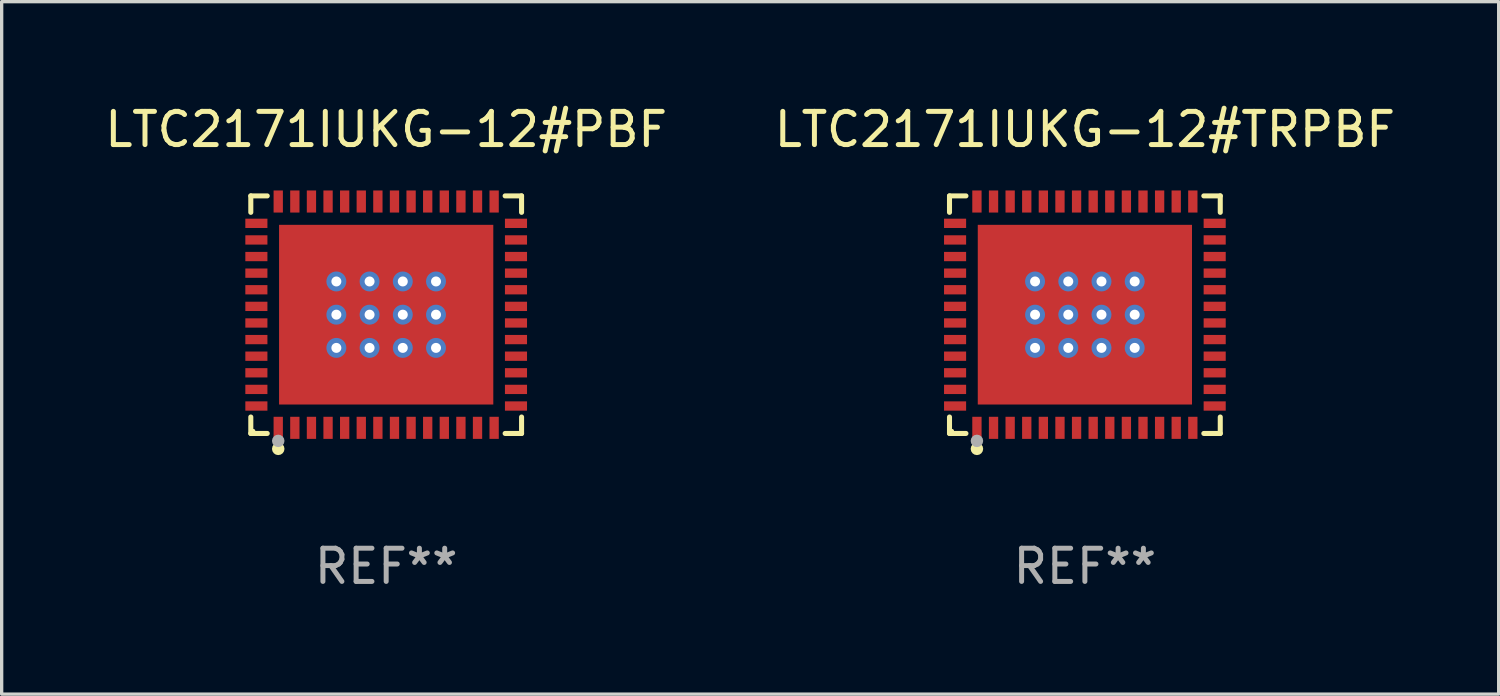
<source format=kicad_pcb>
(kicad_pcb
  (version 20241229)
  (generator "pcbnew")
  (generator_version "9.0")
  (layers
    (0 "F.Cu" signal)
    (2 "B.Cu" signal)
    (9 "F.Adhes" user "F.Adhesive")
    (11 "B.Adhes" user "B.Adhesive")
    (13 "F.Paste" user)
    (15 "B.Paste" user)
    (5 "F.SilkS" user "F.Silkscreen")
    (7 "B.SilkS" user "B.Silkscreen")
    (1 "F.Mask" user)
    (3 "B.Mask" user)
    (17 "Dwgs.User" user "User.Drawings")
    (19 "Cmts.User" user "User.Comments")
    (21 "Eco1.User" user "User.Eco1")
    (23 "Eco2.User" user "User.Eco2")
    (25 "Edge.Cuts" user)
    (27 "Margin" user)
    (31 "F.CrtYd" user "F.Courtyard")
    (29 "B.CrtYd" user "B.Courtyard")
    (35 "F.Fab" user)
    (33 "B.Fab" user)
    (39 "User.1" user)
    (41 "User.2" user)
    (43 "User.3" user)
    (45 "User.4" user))
  (footprint "LTC2171IUKG-12#TRPBF"
    (layer "F.Cu")
    (at 29.613 6.424)
    (property "Reference" "LTC2171IUKG-12#TRPBF" (at 0 -5.576 0) (layer "F.SilkS") (effects (font (size 1 1) (thickness 0.15))))
    (attr through_hole)
    (fp_line (start -4.076 -3.576) (end -3.581 -3.576) (stroke (width 0.152) (type solid)) (layer "F.SilkS"))
    (fp_line (start -4.076 -3.081) (end -4.076 -3.576) (stroke (width 0.152) (type solid)) (layer "F.SilkS"))
    (fp_line (start -4.076 3.081) (end -4.076 3.576) (stroke (width 0.152) (type solid)) (layer "F.SilkS"))
    (fp_line (start -4.076 3.576) (end -3.581 3.576) (stroke (width 0.152) (type solid)) (layer "F.SilkS"))
    (fp_line (start 4.076 -3.576) (end 3.581 -3.576) (stroke (width 0.152) (type solid)) (layer "F.SilkS"))
    (fp_line (start 4.076 -3.081) (end 4.076 -3.576) (stroke (width 0.152) (type solid)) (layer "F.SilkS"))
    (fp_line (start 4.076 3.081) (end 4.076 3.576) (stroke (width 0.152) (type solid)) (layer "F.SilkS"))
    (fp_line (start 4.076 3.576) (end 3.581 3.576) (stroke (width 0.152) (type solid)) (layer "F.SilkS"))
    (fp_circle (center -4 3.5) (end -3.97 3.5) (stroke (width 0.06) (type solid)) (fill no) (layer "F.SilkS"))
    (fp_circle (center -3.25 4.04) (end -3.156 4.04) (stroke (width 0.188) (type solid)) (fill no) (layer "F.SilkS"))
    (fp_circle (center -3.25 3.8) (end -3.156 3.8) (stroke (width 0.188) (type solid)) (fill no) (layer "F.Fab"))
    (fp_text user "REF**" (at 0 7.576 0) (layer "F.Fab") (effects (font (size 1 1) (thickness 0.15))))
    (pad "1" smd rect (at -3.25 3.407) (size 0.28 0.665) (layers "F.Cu" "F.Mask" "F.Paste"))
    (pad "2" smd rect (at -2.75 3.407) (size 0.28 0.665) (layers "F.Cu" "F.Mask" "F.Paste"))
    (pad "3" smd rect (at -2.25 3.407) (size 0.28 0.665) (layers "F.Cu" "F.Mask" "F.Paste"))
    (pad "4" smd rect (at -1.75 3.407) (size 0.28 0.665) (layers "F.Cu" "F.Mask" "F.Paste"))
    (pad "5" smd rect (at -1.25 3.407) (size 0.28 0.665) (layers "F.Cu" "F.Mask" "F.Paste"))
    (pad "6" smd rect (at -0.75 3.407) (size 0.28 0.665) (layers "F.Cu" "F.Mask" "F.Paste"))
    (pad "7" smd rect (at -0.25 3.407) (size 0.28 0.665) (layers "F.Cu" "F.Mask" "F.Paste"))
    (pad "8" smd rect (at 0.25 3.407) (size 0.28 0.665) (layers "F.Cu" "F.Mask" "F.Paste"))
    (pad "9" smd rect (at 0.75 3.407) (size 0.28 0.665) (layers "F.Cu" "F.Mask" "F.Paste"))
    (pad "10" smd rect (at 1.25 3.407) (size 0.28 0.665) (layers "F.Cu" "F.Mask" "F.Paste"))
    (pad "11" smd rect (at 1.75 3.407) (size 0.28 0.665) (layers "F.Cu" "F.Mask" "F.Paste"))
    (pad "12" smd rect (at 2.25 3.407) (size 0.28 0.665) (layers "F.Cu" "F.Mask" "F.Paste"))
    (pad "13" smd rect (at 2.75 3.407) (size 0.28 0.665) (layers "F.Cu" "F.Mask" "F.Paste"))
    (pad "14" smd rect (at 3.25 3.407) (size 0.28 0.665) (layers "F.Cu" "F.Mask" "F.Paste"))
    (pad "15" smd rect (at 3.908 2.75) (size 0.665 0.28) (layers "F.Cu" "F.Mask" "F.Paste"))
    (pad "16" smd rect (at 3.908 2.25) (size 0.665 0.28) (layers "F.Cu" "F.Mask" "F.Paste"))
    (pad "17" smd rect (at 3.908 1.75) (size 0.665 0.28) (layers "F.Cu" "F.Mask" "F.Paste"))
    (pad "18" smd rect (at 3.908 1.25) (size 0.665 0.28) (layers "F.Cu" "F.Mask" "F.Paste"))
    (pad "19" smd rect (at 3.908 0.75) (size 0.665 0.28) (layers "F.Cu" "F.Mask" "F.Paste"))
    (pad "20" smd rect (at 3.908 0.25) (size 0.665 0.28) (layers "F.Cu" "F.Mask" "F.Paste"))
    (pad "21" smd rect (at 3.908 -0.25) (size 0.665 0.28) (layers "F.Cu" "F.Mask" "F.Paste"))
    (pad "22" smd rect (at 3.908 -0.75) (size 0.665 0.28) (layers "F.Cu" "F.Mask" "F.Paste"))
    (pad "23" smd rect (at 3.908 -1.25) (size 0.665 0.28) (layers "F.Cu" "F.Mask" "F.Paste"))
    (pad "24" smd rect (at 3.908 -1.75) (size 0.665 0.28) (layers "F.Cu" "F.Mask" "F.Paste"))
    (pad "25" smd rect (at 3.908 -2.25) (size 0.665 0.28) (layers "F.Cu" "F.Mask" "F.Paste"))
    (pad "26" smd rect (at 3.908 -2.75) (size 0.665 0.28) (layers "F.Cu" "F.Mask" "F.Paste"))
    (pad "27" smd rect (at 3.25 -3.407) (size 0.28 0.665) (layers "F.Cu" "F.Mask" "F.Paste"))
    (pad "28" smd rect (at 2.75 -3.407) (size 0.28 0.665) (layers "F.Cu" "F.Mask" "F.Paste"))
    (pad "29" smd rect (at 2.25 -3.407) (size 0.28 0.665) (layers "F.Cu" "F.Mask" "F.Paste"))
    (pad "30" smd rect (at 1.75 -3.407) (size 0.28 0.665) (layers "F.Cu" "F.Mask" "F.Paste"))
    (pad "31" smd rect (at 1.25 -3.407) (size 0.28 0.665) (layers "F.Cu" "F.Mask" "F.Paste"))
    (pad "32" smd rect (at 0.75 -3.407) (size 0.28 0.665) (layers "F.Cu" "F.Mask" "F.Paste"))
    (pad "33" smd rect (at 0.25 -3.407) (size 0.28 0.665) (layers "F.Cu" "F.Mask" "F.Paste"))
    (pad "34" smd rect (at -0.25 -3.407) (size 0.28 0.665) (layers "F.Cu" "F.Mask" "F.Paste"))
    (pad "35" smd rect (at -0.75 -3.407) (size 0.28 0.665) (layers "F.Cu" "F.Mask" "F.Paste"))
    (pad "36" smd rect (at -1.25 -3.407) (size 0.28 0.665) (layers "F.Cu" "F.Mask" "F.Paste"))
    (pad "37" smd rect (at -1.75 -3.407) (size 0.28 0.665) (layers "F.Cu" "F.Mask" "F.Paste"))
    (pad "38" smd rect (at -2.25 -3.407) (size 0.28 0.665) (layers "F.Cu" "F.Mask" "F.Paste"))
    (pad "39" smd rect (at -2.75 -3.407) (size 0.28 0.665) (layers "F.Cu" "F.Mask" "F.Paste"))
    (pad "40" smd rect (at -3.25 -3.407) (size 0.28 0.665) (layers "F.Cu" "F.Mask" "F.Paste"))
    (pad "41" smd rect (at -3.908 -2.75) (size 0.665 0.28) (layers "F.Cu" "F.Mask" "F.Paste"))
    (pad "42" smd rect (at -3.908 -2.25) (size 0.665 0.28) (layers "F.Cu" "F.Mask" "F.Paste"))
    (pad "43" smd rect (at -3.908 -1.75) (size 0.665 0.28) (layers "F.Cu" "F.Mask" "F.Paste"))
    (pad "44" smd rect (at -3.908 -1.25) (size 0.665 0.28) (layers "F.Cu" "F.Mask" "F.Paste"))
    (pad "45" smd rect (at -3.908 -0.75) (size 0.665 0.28) (layers "F.Cu" "F.Mask" "F.Paste"))
    (pad "46" smd rect (at -3.908 -0.25) (size 0.665 0.28) (layers "F.Cu" "F.Mask" "F.Paste"))
    (pad "47" smd rect (at -3.908 0.25) (size 0.665 0.28) (layers "F.Cu" "F.Mask" "F.Paste"))
    (pad "48" smd rect (at -3.908 0.75) (size 0.665 0.28) (layers "F.Cu" "F.Mask" "F.Paste"))
    (pad "49" smd rect (at -3.908 1.25) (size 0.665 0.28) (layers "F.Cu" "F.Mask" "F.Paste"))
    (pad "50" smd rect (at -3.908 1.75) (size 0.665 0.28) (layers "F.Cu" "F.Mask" "F.Paste"))
    (pad "51" smd rect (at -3.908 2.25) (size 0.665 0.28) (layers "F.Cu" "F.Mask" "F.Paste"))
    (pad "52" smd rect (at -3.908 2.75) (size 0.665 0.28) (layers "F.Cu" "F.Mask" "F.Paste"))
    (pad "53" thru_hole circle (at -1.5 -1) (size 0.6 0.6) (drill 0.3) (layers "*.Cu" "*.Mask"))
    (pad "53" thru_hole circle (at -1.5 0) (size 0.6 0.6) (drill 0.3) (layers "*.Cu" "*.Mask"))
    (pad "53" thru_hole circle (at -1.5 1) (size 0.6 0.6) (drill 0.3) (layers "*.Cu" "*.Mask"))
    (pad "53" thru_hole circle (at -0.5 -1) (size 0.6 0.6) (drill 0.3) (layers "*.Cu" "*.Mask"))
    (pad "53" thru_hole circle (at -0.5 0) (size 0.6 0.6) (drill 0.3) (layers "*.Cu" "*.Mask"))
    (pad "53" thru_hole circle (at -0.5 1) (size 0.6 0.6) (drill 0.3) (layers "*.Cu" "*.Mask"))
    (pad "53" smd rect (at 0 0) (size 6.45 5.41) (layers "F.Cu" "F.Mask" "F.Paste"))
    (pad "53" thru_hole circle (at 0.5 -1) (size 0.6 0.6) (drill 0.3) (layers "*.Cu" "*.Mask"))
    (pad "53" thru_hole circle (at 0.5 0) (size 0.6 0.6) (drill 0.3) (layers "*.Cu" "*.Mask"))
    (pad "53" thru_hole circle (at 0.5 1) (size 0.6 0.6) (drill 0.3) (layers "*.Cu" "*.Mask"))
    (pad "53" thru_hole circle (at 1.5 -1) (size 0.6 0.6) (drill 0.3) (layers "*.Cu" "*.Mask"))
    (pad "53" thru_hole circle (at 1.5 0) (size 0.6 0.6) (drill 0.3) (layers "*.Cu" "*.Mask"))
    (pad "53" thru_hole circle (at 1.5 1) (size 0.6 0.6) (drill 0.3) (layers "*.Cu" "*.Mask")))
  (footprint "LTC2171IUKG-12#PBF"
    (layer "F.Cu")
    (at 8.577 6.424)
    (property "Reference" "LTC2171IUKG-12#PBF" (at 0 -5.576 0) (layer "F.SilkS") (effects (font (size 1 1) (thickness 0.15))))
    (attr through_hole)
    (fp_line (start -4.076 -3.576) (end -3.581 -3.576) (stroke (width 0.152) (type solid)) (layer "F.SilkS"))
    (fp_line (start -4.076 -3.081) (end -4.076 -3.576) (stroke (width 0.152) (type solid)) (layer "F.SilkS"))
    (fp_line (start -4.076 3.081) (end -4.076 3.576) (stroke (width 0.152) (type solid)) (layer "F.SilkS"))
    (fp_line (start -4.076 3.576) (end -3.581 3.576) (stroke (width 0.152) (type solid)) (layer "F.SilkS"))
    (fp_line (start 4.076 -3.576) (end 3.581 -3.576) (stroke (width 0.152) (type solid)) (layer "F.SilkS"))
    (fp_line (start 4.076 -3.081) (end 4.076 -3.576) (stroke (width 0.152) (type solid)) (layer "F.SilkS"))
    (fp_line (start 4.076 3.081) (end 4.076 3.576) (stroke (width 0.152) (type solid)) (layer "F.SilkS"))
    (fp_line (start 4.076 3.576) (end 3.581 3.576) (stroke (width 0.152) (type solid)) (layer "F.SilkS"))
    (fp_circle (center -4 3.5) (end -3.97 3.5) (stroke (width 0.06) (type solid)) (fill no) (layer "F.SilkS"))
    (fp_circle (center -3.25 4.04) (end -3.156 4.04) (stroke (width 0.188) (type solid)) (fill no) (layer "F.SilkS"))
    (fp_circle (center -3.25 3.8) (end -3.156 3.8) (stroke (width 0.188) (type solid)) (fill no) (layer "F.Fab"))
    (fp_text user "REF**" (at 0 7.576 0) (layer "F.Fab") (effects (font (size 1 1) (thickness 0.15))))
    (pad "1" smd rect (at -3.25 3.407) (size 0.28 0.665) (layers "F.Cu" "F.Mask" "F.Paste"))
    (pad "2" smd rect (at -2.75 3.407) (size 0.28 0.665) (layers "F.Cu" "F.Mask" "F.Paste"))
    (pad "3" smd rect (at -2.25 3.407) (size 0.28 0.665) (layers "F.Cu" "F.Mask" "F.Paste"))
    (pad "4" smd rect (at -1.75 3.407) (size 0.28 0.665) (layers "F.Cu" "F.Mask" "F.Paste"))
    (pad "5" smd rect (at -1.25 3.407) (size 0.28 0.665) (layers "F.Cu" "F.Mask" "F.Paste"))
    (pad "6" smd rect (at -0.75 3.407) (size 0.28 0.665) (layers "F.Cu" "F.Mask" "F.Paste"))
    (pad "7" smd rect (at -0.25 3.407) (size 0.28 0.665) (layers "F.Cu" "F.Mask" "F.Paste"))
    (pad "8" smd rect (at 0.25 3.407) (size 0.28 0.665) (layers "F.Cu" "F.Mask" "F.Paste"))
    (pad "9" smd rect (at 0.75 3.407) (size 0.28 0.665) (layers "F.Cu" "F.Mask" "F.Paste"))
    (pad "10" smd rect (at 1.25 3.407) (size 0.28 0.665) (layers "F.Cu" "F.Mask" "F.Paste"))
    (pad "11" smd rect (at 1.75 3.407) (size 0.28 0.665) (layers "F.Cu" "F.Mask" "F.Paste"))
    (pad "12" smd rect (at 2.25 3.407) (size 0.28 0.665) (layers "F.Cu" "F.Mask" "F.Paste"))
    (pad "13" smd rect (at 2.75 3.407) (size 0.28 0.665) (layers "F.Cu" "F.Mask" "F.Paste"))
    (pad "14" smd rect (at 3.25 3.407) (size 0.28 0.665) (layers "F.Cu" "F.Mask" "F.Paste"))
    (pad "15" smd rect (at 3.908 2.75) (size 0.665 0.28) (layers "F.Cu" "F.Mask" "F.Paste"))
    (pad "16" smd rect (at 3.908 2.25) (size 0.665 0.28) (layers "F.Cu" "F.Mask" "F.Paste"))
    (pad "17" smd rect (at 3.908 1.75) (size 0.665 0.28) (layers "F.Cu" "F.Mask" "F.Paste"))
    (pad "18" smd rect (at 3.908 1.25) (size 0.665 0.28) (layers "F.Cu" "F.Mask" "F.Paste"))
    (pad "19" smd rect (at 3.908 0.75) (size 0.665 0.28) (layers "F.Cu" "F.Mask" "F.Paste"))
    (pad "20" smd rect (at 3.908 0.25) (size 0.665 0.28) (layers "F.Cu" "F.Mask" "F.Paste"))
    (pad "21" smd rect (at 3.908 -0.25) (size 0.665 0.28) (layers "F.Cu" "F.Mask" "F.Paste"))
    (pad "22" smd rect (at 3.908 -0.75) (size 0.665 0.28) (layers "F.Cu" "F.Mask" "F.Paste"))
    (pad "23" smd rect (at 3.908 -1.25) (size 0.665 0.28) (layers "F.Cu" "F.Mask" "F.Paste"))
    (pad "24" smd rect (at 3.908 -1.75) (size 0.665 0.28) (layers "F.Cu" "F.Mask" "F.Paste"))
    (pad "25" smd rect (at 3.908 -2.25) (size 0.665 0.28) (layers "F.Cu" "F.Mask" "F.Paste"))
    (pad "26" smd rect (at 3.908 -2.75) (size 0.665 0.28) (layers "F.Cu" "F.Mask" "F.Paste"))
    (pad "27" smd rect (at 3.25 -3.407) (size 0.28 0.665) (layers "F.Cu" "F.Mask" "F.Paste"))
    (pad "28" smd rect (at 2.75 -3.407) (size 0.28 0.665) (layers "F.Cu" "F.Mask" "F.Paste"))
    (pad "29" smd rect (at 2.25 -3.407) (size 0.28 0.665) (layers "F.Cu" "F.Mask" "F.Paste"))
    (pad "30" smd rect (at 1.75 -3.407) (size 0.28 0.665) (layers "F.Cu" "F.Mask" "F.Paste"))
    (pad "31" smd rect (at 1.25 -3.407) (size 0.28 0.665) (layers "F.Cu" "F.Mask" "F.Paste"))
    (pad "32" smd rect (at 0.75 -3.407) (size 0.28 0.665) (layers "F.Cu" "F.Mask" "F.Paste"))
    (pad "33" smd rect (at 0.25 -3.407) (size 0.28 0.665) (layers "F.Cu" "F.Mask" "F.Paste"))
    (pad "34" smd rect (at -0.25 -3.407) (size 0.28 0.665) (layers "F.Cu" "F.Mask" "F.Paste"))
    (pad "35" smd rect (at -0.75 -3.407) (size 0.28 0.665) (layers "F.Cu" "F.Mask" "F.Paste"))
    (pad "36" smd rect (at -1.25 -3.407) (size 0.28 0.665) (layers "F.Cu" "F.Mask" "F.Paste"))
    (pad "37" smd rect (at -1.75 -3.407) (size 0.28 0.665) (layers "F.Cu" "F.Mask" "F.Paste"))
    (pad "38" smd rect (at -2.25 -3.407) (size 0.28 0.665) (layers "F.Cu" "F.Mask" "F.Paste"))
    (pad "39" smd rect (at -2.75 -3.407) (size 0.28 0.665) (layers "F.Cu" "F.Mask" "F.Paste"))
    (pad "40" smd rect (at -3.25 -3.407) (size 0.28 0.665) (layers "F.Cu" "F.Mask" "F.Paste"))
    (pad "41" smd rect (at -3.908 -2.75) (size 0.665 0.28) (layers "F.Cu" "F.Mask" "F.Paste"))
    (pad "42" smd rect (at -3.908 -2.25) (size 0.665 0.28) (layers "F.Cu" "F.Mask" "F.Paste"))
    (pad "43" smd rect (at -3.908 -1.75) (size 0.665 0.28) (layers "F.Cu" "F.Mask" "F.Paste"))
    (pad "44" smd rect (at -3.908 -1.25) (size 0.665 0.28) (layers "F.Cu" "F.Mask" "F.Paste"))
    (pad "45" smd rect (at -3.908 -0.75) (size 0.665 0.28) (layers "F.Cu" "F.Mask" "F.Paste"))
    (pad "46" smd rect (at -3.908 -0.25) (size 0.665 0.28) (layers "F.Cu" "F.Mask" "F.Paste"))
    (pad "47" smd rect (at -3.908 0.25) (size 0.665 0.28) (layers "F.Cu" "F.Mask" "F.Paste"))
    (pad "48" smd rect (at -3.908 0.75) (size 0.665 0.28) (layers "F.Cu" "F.Mask" "F.Paste"))
    (pad "49" smd rect (at -3.908 1.25) (size 0.665 0.28) (layers "F.Cu" "F.Mask" "F.Paste"))
    (pad "50" smd rect (at -3.908 1.75) (size 0.665 0.28) (layers "F.Cu" "F.Mask" "F.Paste"))
    (pad "51" smd rect (at -3.908 2.25) (size 0.665 0.28) (layers "F.Cu" "F.Mask" "F.Paste"))
    (pad "52" smd rect (at -3.908 2.75) (size 0.665 0.28) (layers "F.Cu" "F.Mask" "F.Paste"))
    (pad "53" thru_hole circle (at -1.5 -1) (size 0.6 0.6) (drill 0.3) (layers "*.Cu" "*.Mask"))
    (pad "53" thru_hole circle (at -1.5 0) (size 0.6 0.6) (drill 0.3) (layers "*.Cu" "*.Mask"))
    (pad "53" thru_hole circle (at -1.5 1) (size 0.6 0.6) (drill 0.3) (layers "*.Cu" "*.Mask"))
    (pad "53" thru_hole circle (at -0.5 -1) (size 0.6 0.6) (drill 0.3) (layers "*.Cu" "*.Mask"))
    (pad "53" thru_hole circle (at -0.5 0) (size 0.6 0.6) (drill 0.3) (layers "*.Cu" "*.Mask"))
    (pad "53" thru_hole circle (at -0.5 1) (size 0.6 0.6) (drill 0.3) (layers "*.Cu" "*.Mask"))
    (pad "53" smd rect (at 0 0) (size 6.45 5.41) (layers "F.Cu" "F.Mask" "F.Paste"))
    (pad "53" thru_hole circle (at 0.5 -1) (size 0.6 0.6) (drill 0.3) (layers "*.Cu" "*.Mask"))
    (pad "53" thru_hole circle (at 0.5 0) (size 0.6 0.6) (drill 0.3) (layers "*.Cu" "*.Mask"))
    (pad "53" thru_hole circle (at 0.5 1) (size 0.6 0.6) (drill 0.3) (layers "*.Cu" "*.Mask"))
    (pad "53" thru_hole circle (at 1.5 -1) (size 0.6 0.6) (drill 0.3) (layers "*.Cu" "*.Mask"))
    (pad "53" thru_hole circle (at 1.5 0) (size 0.6 0.6) (drill 0.3) (layers "*.Cu" "*.Mask"))
    (pad "53" thru_hole circle (at 1.5 1) (size 0.6 0.6) (drill 0.3) (layers "*.Cu" "*.Mask")))
  (gr_rect
    (start -3 -3)
    (end 42.071 17.849)
    (stroke (width 0.1) (type default))
    (fill no)
    (layer "Edge.Cuts")))
</source>
